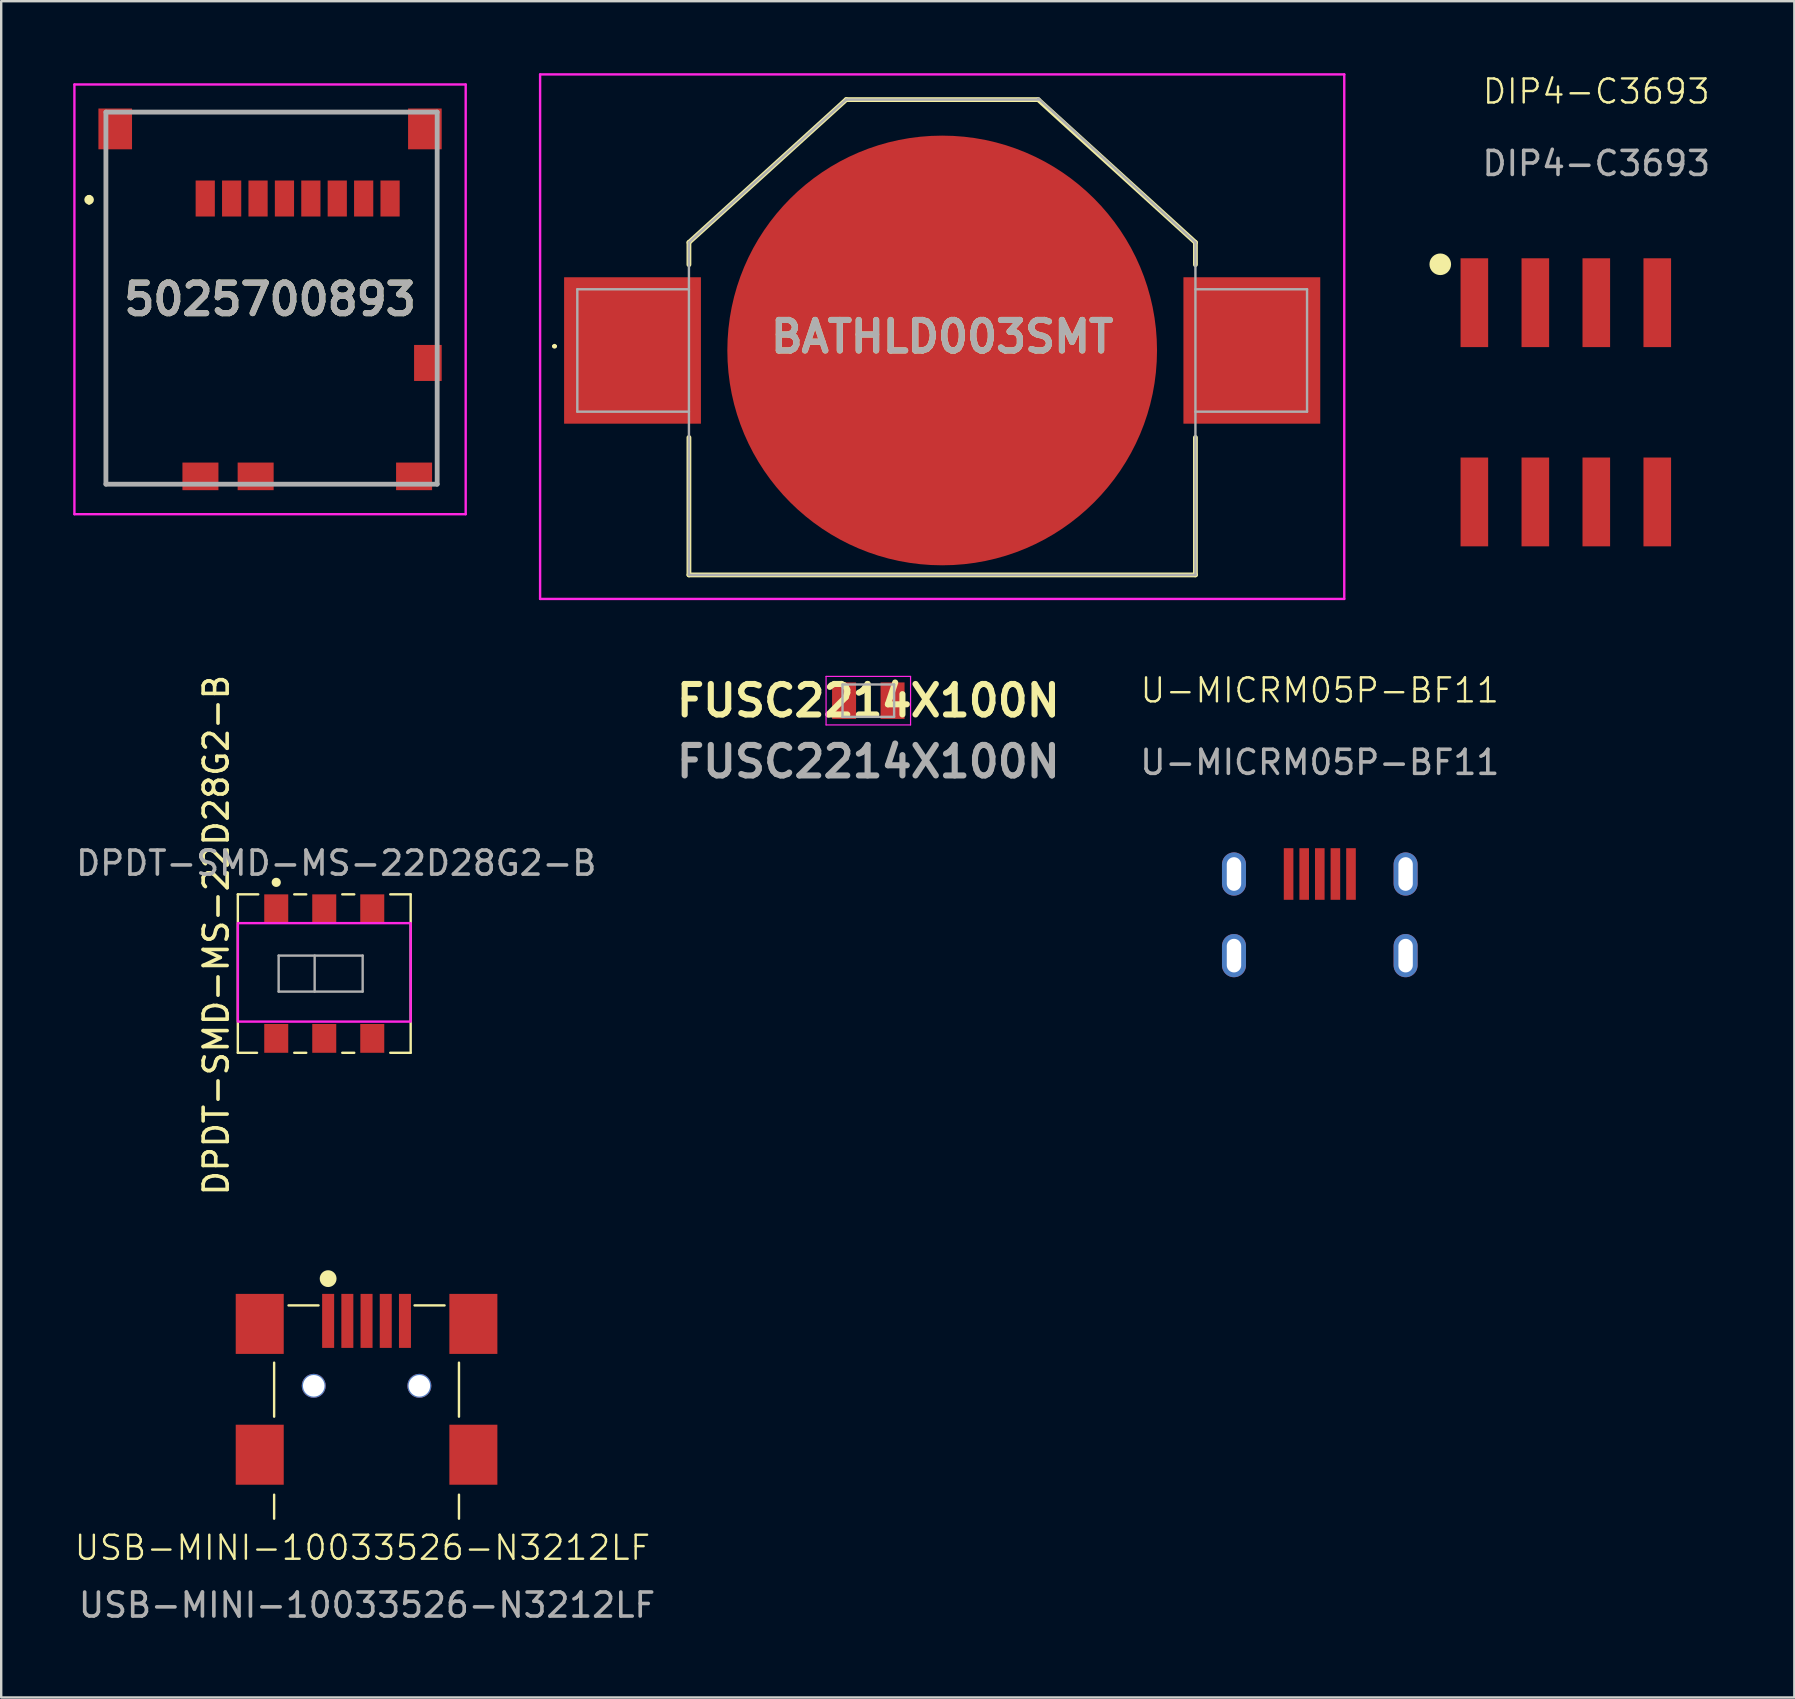
<source format=kicad_pcb>
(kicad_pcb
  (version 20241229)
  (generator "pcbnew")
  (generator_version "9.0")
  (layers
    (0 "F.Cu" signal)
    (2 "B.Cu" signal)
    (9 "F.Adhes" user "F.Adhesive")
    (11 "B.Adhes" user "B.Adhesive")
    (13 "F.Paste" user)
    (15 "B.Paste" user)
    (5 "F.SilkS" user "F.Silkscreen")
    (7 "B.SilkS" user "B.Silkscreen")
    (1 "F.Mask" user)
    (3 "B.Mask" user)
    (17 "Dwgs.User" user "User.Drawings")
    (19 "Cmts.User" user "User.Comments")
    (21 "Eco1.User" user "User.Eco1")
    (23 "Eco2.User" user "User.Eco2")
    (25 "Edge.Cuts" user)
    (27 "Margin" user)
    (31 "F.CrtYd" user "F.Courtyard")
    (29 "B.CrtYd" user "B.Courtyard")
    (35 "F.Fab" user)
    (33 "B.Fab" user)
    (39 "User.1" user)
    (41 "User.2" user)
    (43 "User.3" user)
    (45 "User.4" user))
  (footprint "FUSC2214X100N"
    (layer "F.Cu")
    (at 33.123 26.139)
    (property "Reference" "FUSC2214X100N" (at 0 0 0) (layer "F.SilkS") (effects (font (size 1.27 1.27) (thickness 0.254))))
    (attr smd)
    (fp_line (start 0 -0.575) (end 0 0.575) (stroke (width 0.2) (type solid)) (layer "F.SilkS"))
    (fp_line (start -1.76 -1.01) (end 1.76 -1.01) (stroke (width 0.05) (type solid)) (layer "F.CrtYd"))
    (fp_line (start -1.76 1.01) (end -1.76 -1.01) (stroke (width 0.05) (type solid)) (layer "F.CrtYd"))
    (fp_line (start 1.76 -1.01) (end 1.76 1.01) (stroke (width 0.05) (type solid)) (layer "F.CrtYd"))
    (fp_line (start 1.76 1.01) (end -1.76 1.01) (stroke (width 0.05) (type solid)) (layer "F.CrtYd"))
    (fp_line (start -1.075 -0.675) (end 1.075 -0.675) (stroke (width 0.1) (type solid)) (layer "F.Fab"))
    (fp_line (start -1.075 0.675) (end -1.075 -0.675) (stroke (width 0.1) (type solid)) (layer "F.Fab"))
    (fp_line (start 1.075 -0.675) (end 1.075 0.675) (stroke (width 0.1) (type solid)) (layer "F.Fab"))
    (fp_line (start 1.075 0.675) (end -1.075 0.675) (stroke (width 0.1) (type solid)) (layer "F.Fab"))
    (fp_text user "${REFERENCE}" (at 0 2.54 0) (layer "F.Fab") (effects (font (size 1.27 1.27) (thickness 0.254))))
    (pad "1" smd rect (at -1.01 0) (size 1 1.52) (layers "F.Cu" "F.Mask" "F.Paste"))
    (pad "2" smd rect (at 1.01 0) (size 1 1.52) (layers "F.Cu" "F.Mask" "F.Paste")))
  (footprint "DIP4-C3693"
    (layer "F.Cu")
    (at 63.45 1.26)
    (property "Reference" "DIP4-C3693" (at 0 -0.5 0) (unlocked yes) (layer "F.SilkS") (effects (font (size 1 1) (thickness 0.1))))
    (attr smd)
    (fp_circle (center -6.5 6.7) (end -6.1 6.7) (stroke (width 0.1) (type solid)) (fill yes) (layer "F.SilkS"))
    (fp_rect (start -7.4 9.2) (end 5.2 15.6) (stroke (width 0.1) (type default)) (fill no) (layer "User.1"))
    (fp_text user "${REFERENCE}" (at 0 2.5 0) (unlocked yes) (layer "F.Fab") (effects (font (size 1 1) (thickness 0.15))))
    (fp_text user "ON" (at -3.81 13.97 0) (unlocked yes) (layer "User.1") (effects (font (size 1 1) (thickness 0.15)) (justify left bottom)))
    (pad "1" smd rect (at -5.08 8.3) (size 1.15 3.7) (layers "F.Cu" "F.Mask" "F.Paste"))
    (pad "2" smd rect (at -2.54 8.3) (size 1.15 3.7) (layers "F.Cu" "F.Mask" "F.Paste"))
    (pad "3" smd rect (at 0 8.3) (size 1.15 3.7) (layers "F.Cu" "F.Mask" "F.Paste"))
    (pad "4" smd rect (at 2.54 8.3) (size 1.15 3.7) (layers "F.Cu" "F.Mask" "F.Paste"))
    (pad "5" smd rect (at -5.08 16.6) (size 1.15 3.7) (layers "F.Cu" "F.Mask" "F.Paste"))
    (pad "6" smd rect (at -2.54 16.6) (size 1.15 3.7) (layers "F.Cu" "F.Mask" "F.Paste"))
    (pad "7" smd rect (at 0 16.6) (size 1.15 3.7) (layers "F.Cu" "F.Mask" "F.Paste"))
    (pad "8" smd rect (at 2.54 16.6) (size 1.15 3.7) (layers "F.Cu" "F.Mask" "F.Paste")))
  (footprint "U-MICRM05P-BF11"
    (layer "F.Cu")
    (at 51.931 26.21)
    (property "Reference" "U-MICRM05P-BF11" (at 0 -0.5 0) (unlocked yes) (layer "F.SilkS") (effects (font (size 1 1) (thickness 0.1))))
    (attr smd)
    (fp_line (start -4 12.7) (end 4 12.7) (stroke (width 0.1) (type default)) (layer "User.1"))
    (fp_text user "${REFERENCE}" (at 0 2.5 0) (unlocked yes) (layer "F.Fab") (effects (font (size 1 1) (thickness 0.15))))
    (fp_text user "PCB Edge" (at -3.175 15.24 0) (unlocked yes) (layer "User.1") (effects (font (size 1 1) (thickness 0.15)) (justify left bottom)))
    (pad "1" smd rect (at -1.3 7.15) (size 0.4 2.15) (layers "F.Cu" "F.Mask" "F.Paste"))
    (pad "2" smd rect (at -0.65 7.15) (size 0.4 2.15) (layers "F.Cu" "F.Mask" "F.Paste"))
    (pad "3" smd rect (at 0 7.15) (size 0.4 2.15) (layers "F.Cu" "F.Mask" "F.Paste"))
    (pad "4" smd rect (at 0.65 7.15) (size 0.4 2.15) (layers "F.Cu" "F.Mask" "F.Paste"))
    (pad "5" smd rect (at 1.3 7.15) (size 0.4 2.15) (layers "F.Cu" "F.Mask" "F.Paste"))
    (pad "6" thru_hole oval (at -3.575 7.15 180) (size 1 1.8) (drill oval 0.6 1.4) (layers "*.Cu" "*.Mask"))
    (pad "6" thru_hole oval (at -3.575 10.55 180) (size 1 1.8) (drill oval 0.6 1.4) (layers "*.Cu" "*.Mask"))
    (pad "6" thru_hole oval (at 3.575 7.15 180) (size 1 1.8) (drill oval 0.6 1.4) (layers "*.Cu" "*.Mask"))
    (pad "6" thru_hole oval (at 3.575 10.55 180) (size 1 1.8) (drill oval 0.6 1.4) (layers "*.Cu" "*.Mask")))
  (footprint "DPDT-SMD-MS-22D28G2-B"
    (layer "F.Cu")
    (at 7.958 34.208)
    (property "Reference" "DPDT-SMD-MS-22D28G2-B" (at -2 1.7 90) (layer "F.SilkS") (effects (font (size 1 1) (thickness 0.15))))
    (attr smd)
    (fp_line (start -1.1 0) (end -0.25 0) (stroke (width 0.1) (type default)) (layer "F.SilkS"))
    (fp_line (start -1.1 6.6) (end -1.1 0) (stroke (width 0.1) (type default)) (layer "F.SilkS"))
    (fp_line (start -1.1 6.6) (end -0.3 6.6) (stroke (width 0.1) (type default)) (layer "F.SilkS"))
    (fp_line (start 1.25 0) (end 1.75 0) (stroke (width 0.1) (type default)) (layer "F.SilkS"))
    (fp_line (start 1.25 6.6) (end 1.75 6.6) (stroke (width 0.1) (type default)) (layer "F.SilkS"))
    (fp_line (start 3.25 0) (end 3.75 0) (stroke (width 0.1) (type default)) (layer "F.SilkS"))
    (fp_line (start 3.25 6.6) (end 3.75 6.6) (stroke (width 0.1) (type default)) (layer "F.SilkS"))
    (fp_line (start 5.25 0) (end 6.1 0) (stroke (width 0.1) (type default)) (layer "F.SilkS"))
    (fp_line (start 5.25 6.6) (end 6.1 6.6) (stroke (width 0.1) (type default)) (layer "F.SilkS"))
    (fp_line (start 6.1 0) (end 6.1 6.6) (stroke (width 0.1) (type default)) (layer "F.SilkS"))
    (fp_circle (center 0.5 -0.5) (end 0.641 -0.5) (stroke (width 0.1) (type solid)) (fill yes) (layer "F.SilkS"))
    (fp_rect (start -1.1 1.2) (end 6.1 5.3) (stroke (width 0.1) (type default)) (fill no) (layer "F.CrtYd"))
    (fp_line (start 0.6 2.55) (end 0.6 4.05) (stroke (width 0.1) (type solid)) (layer "F.Fab"))
    (fp_line (start 0.6 2.55) (end 4.1 2.55) (stroke (width 0.1) (type solid)) (layer "F.Fab"))
    (fp_line (start 2.1 2.55) (end 2.1 4.05) (stroke (width 0.1) (type solid)) (layer "F.Fab"))
    (fp_line (start 4.1 2.55) (end 4.1 4.05) (stroke (width 0.1) (type solid)) (layer "F.Fab"))
    (fp_line (start 4.1 4.05) (end 0.6 4.05) (stroke (width 0.1) (type solid)) (layer "F.Fab"))
    (fp_text user "${REFERENCE}" (at 3 -1.3 180) (layer "F.Fab") (effects (font (size 1 1) (thickness 0.15))))
    (pad "1" smd rect (at 0.5 0.6) (size 1 1.2) (layers "F.Cu" "F.Mask" "F.Paste"))
    (pad "2" smd rect (at 2.5 0.6) (size 1 1.2) (layers "F.Cu" "F.Mask" "F.Paste"))
    (pad "3" smd rect (at 4.5 0.6) (size 1 1.2) (layers "F.Cu" "F.Mask" "F.Paste"))
    (pad "4" smd rect (at 0.5 6) (size 1 1.2) (layers "F.Cu" "F.Mask" "F.Paste"))
    (pad "5" smd rect (at 2.5 6) (size 1 1.2) (layers "F.Cu" "F.Mask" "F.Paste"))
    (pad "6" smd rect (at 4.5 6) (size 1 1.2) (layers "F.Cu" "F.Mask" "F.Paste")))
  (footprint "USB-MINI-10033526-N3212LF"
    (layer "F.Cu")
    (at 12.22 55.717)
    (property "Reference" "USB-MINI-10033526-N3212LF" (at -0.17 5.71 0) (unlocked yes) (layer "F.SilkS") (effects (font (size 1 1) (thickness 0.1))))
    (attr smd)
    (fp_line (start -3.85 -2) (end -3.85 0.25) (stroke (width 0.1) (type default)) (layer "F.SilkS"))
    (fp_line (start -3.85 3.5) (end -3.85 4.5) (stroke (width 0.1) (type default)) (layer "F.SilkS"))
    (fp_line (start -3.25 -4.385) (end -2 -4.385) (stroke (width 0.1) (type default)) (layer "F.SilkS"))
    (fp_line (start 2 -4.385) (end 3.25 -4.385) (stroke (width 0.1) (type default)) (layer "F.SilkS"))
    (fp_line (start 3.85 -2) (end 3.85 0.25) (stroke (width 0.1) (type default)) (layer "F.SilkS"))
    (fp_line (start 3.85 3.5) (end 3.85 4.5) (stroke (width 0.1) (type default)) (layer "F.SilkS"))
    (fp_circle (center -1.6 -5.5) (end -1.3 -5.5) (stroke (width 0.1) (type solid)) (fill yes) (layer "F.SilkS"))
    (fp_line (start -3.75 4.75) (end 3.75 4.75) (stroke (width 0.1) (type default)) (layer "User.1"))
    (fp_text user "${REFERENCE}" (at 0.02 8.1 0) (unlocked yes) (layer "F.Fab") (effects (font (size 1 1) (thickness 0.15))))
    (pad "" np_thru_hole circle (at -2.2 -1.035) (size 1 1) (drill 0.9) (layers "*.Cu" "*.Mask"))
    (pad "" np_thru_hole circle (at 2.2 -1.035) (size 1 1) (drill 0.9) (layers "*.Cu" "*.Mask"))
    (pad "1" smd rect (at -1.6 -3.74) (size 0.5 2.25) (layers "F.Cu" "F.Mask" "F.Paste"))
    (pad "2" smd rect (at -0.8 -3.74) (size 0.5 2.25) (layers "F.Cu" "F.Mask" "F.Paste"))
    (pad "3" smd rect (at 0 -3.74) (size 0.5 2.25) (layers "F.Cu" "F.Mask" "F.Paste"))
    (pad "4" smd rect (at 0.8 -3.74) (size 0.5 2.25) (layers "F.Cu" "F.Mask" "F.Paste"))
    (pad "5" smd rect (at 1.6 -3.74) (size 0.5 2.25) (layers "F.Cu" "F.Mask" "F.Paste"))
    (pad "6" smd rect (at -4.45 -3.615) (size 2 2.5) (layers "F.Cu" "F.Mask" "F.Paste"))
    (pad "6" smd rect (at -4.45 1.835) (size 2 2.5) (layers "F.Cu" "F.Mask" "F.Paste"))
    (pad "6" smd rect (at 4.45 -3.615) (size 2 2.5) (layers "F.Cu" "F.Mask" "F.Paste"))
    (pad "6" smd rect (at 4.45 1.835) (size 2 2.5) (layers "F.Cu" "F.Mask" "F.Paste")))
  (footprint "BATHLD003SMT"
    (layer "F.Cu")
    (at 36.2 11.55)
    (property "Reference" "BATHLD003SMT" (at 0 -0.575 0) (layer "F.SilkS") (effects (font (size 1.27 1.27) (thickness 0.254))))
    (attr smd)
    (fp_line (start -16.2 -0.175) (end -16.2 -0.175) (stroke (width 0.1) (type solid)) (layer "F.SilkS"))
    (fp_line (start -16.1 -0.175) (end -16.1 -0.175) (stroke (width 0.1) (type solid)) (layer "F.SilkS"))
    (fp_line (start -10.55 -4.5) (end -4 -10.45) (stroke (width 0.2) (type solid)) (layer "F.SilkS"))
    (fp_line (start -10.55 -3.575) (end -10.55 -4.5) (stroke (width 0.2) (type solid)) (layer "F.SilkS"))
    (fp_line (start -10.55 9.35) (end -10.55 3.625) (stroke (width 0.2) (type solid)) (layer "F.SilkS"))
    (fp_line (start -4 -10.45) (end 4 -10.45) (stroke (width 0.2) (type solid)) (layer "F.SilkS"))
    (fp_line (start 4 -10.45) (end 10.55 -4.5) (stroke (width 0.2) (type solid)) (layer "F.SilkS"))
    (fp_line (start 10.55 -4.5) (end 10.55 -3.575) (stroke (width 0.2) (type solid)) (layer "F.SilkS"))
    (fp_line (start 10.55 3.625) (end 10.55 9.35) (stroke (width 0.2) (type solid)) (layer "F.SilkS"))
    (fp_line (start 10.55 9.35) (end -10.55 9.35) (stroke (width 0.2) (type solid)) (layer "F.SilkS"))
    (fp_arc (start -16.2 -0.175) (mid -16.15 -0.225) (end -16.1 -0.175) (stroke (width 0.1) (type solid)) (layer "F.SilkS"))
    (fp_arc (start -16.1 -0.175) (mid -16.15 -0.125) (end -16.2 -0.175) (stroke (width 0.1) (type solid)) (layer "F.SilkS"))
    (fp_line (start -16.75 -11.5) (end 16.75 -11.5) (stroke (width 0.1) (type solid)) (layer "F.CrtYd"))
    (fp_line (start -16.75 10.35) (end -16.75 -11.5) (stroke (width 0.1) (type solid)) (layer "F.CrtYd"))
    (fp_line (start 16.75 -11.5) (end 16.75 10.35) (stroke (width 0.1) (type solid)) (layer "F.CrtYd"))
    (fp_line (start 16.75 10.35) (end -16.75 10.35) (stroke (width 0.1) (type solid)) (layer "F.CrtYd"))
    (fp_line (start -15.2 -2.55) (end -15.2 2.55) (stroke (width 0.1) (type solid)) (layer "F.Fab"))
    (fp_line (start -15.2 2.55) (end -10.55 2.55) (stroke (width 0.1) (type solid)) (layer "F.Fab"))
    (fp_line (start -10.55 -4.5) (end -10.55 9.35) (stroke (width 0.1) (type solid)) (layer "F.Fab"))
    (fp_line (start -10.55 -2.55) (end -15.2 -2.55) (stroke (width 0.1) (type solid)) (layer "F.Fab"))
    (fp_line (start -10.55 9.35) (end 10.55 9.35) (stroke (width 0.1) (type solid)) (layer "F.Fab"))
    (fp_line (start -4 -10.45) (end -10.55 -4.5) (stroke (width 0.1) (type solid)) (layer "F.Fab"))
    (fp_line (start 4 -10.45) (end -4 -10.45) (stroke (width 0.1) (type solid)) (layer "F.Fab"))
    (fp_line (start 10.55 -4.5) (end 4 -10.5) (stroke (width 0.1) (type solid)) (layer "F.Fab"))
    (fp_line (start 10.55 -2.55) (end 15.2 -2.55) (stroke (width 0.1) (type solid)) (layer "F.Fab"))
    (fp_line (start 10.55 9.35) (end 10.55 -4.5) (stroke (width 0.1) (type solid)) (layer "F.Fab"))
    (fp_line (start 15.2 -2.55) (end 15.2 2.55) (stroke (width 0.1) (type solid)) (layer "F.Fab"))
    (fp_line (start 15.2 2.55) (end 10.55 2.55) (stroke (width 0.1) (type solid)) (layer "F.Fab"))
    (fp_text user "${REFERENCE}" (at 0 -0.575 0) (layer "F.Fab") (effects (font (size 1.27 1.27) (thickness 0.254))))
    (pad "1" smd rect (at -12.9 0) (size 5.7 6.1) (layers "F.Cu" "F.Mask" "F.Paste"))
    (pad "2" smd rect (at 12.9 0) (size 5.7 6.1) (layers "F.Cu" "F.Mask" "F.Paste"))
    (pad "3" smd circle (at 0 0 90) (size 17.9 17.9) (layers "F.Cu" "F.Mask" "F.Paste")))
  (footprint "5025700893"
    (layer "F.Cu")
    (at 8.262 9.37)
    (property "Reference" "5025700893" (at -0.062 0.05 0) (layer "F.SilkS") (effects (font (size 1.27 1.27) (thickness 0.254))))
    (attr smd)
    (fp_line (start -7.6 -4.2) (end -7.6 -4.2) (stroke (width 0.2) (type solid)) (layer "F.SilkS"))
    (fp_line (start -7.6 -4) (end -7.6 -4) (stroke (width 0.2) (type solid)) (layer "F.SilkS"))
    (fp_line (start -6.9 -5.8) (end -6.9 7.75) (stroke (width 0.1) (type solid)) (layer "F.SilkS"))
    (fp_line (start -6.9 7.75) (end -4.2 7.75) (stroke (width 0.1) (type solid)) (layer "F.SilkS"))
    (fp_line (start -5.4 -7.75) (end 5.4 -7.75) (stroke (width 0.1) (type solid)) (layer "F.SilkS"))
    (fp_line (start 0.537 7.75) (end 4.8 7.75) (stroke (width 0.1) (type solid)) (layer "F.SilkS"))
    (fp_line (start 6.9 -5.8) (end 6.9 1.6) (stroke (width 0.1) (type solid)) (layer "F.SilkS"))
    (fp_line (start 6.9 3.8) (end 6.9 6.4) (stroke (width 0.1) (type solid)) (layer "F.SilkS"))
    (fp_arc (start -7.6 -4.2) (mid -7.5 -4.1) (end -7.6 -4) (stroke (width 0.2) (type solid)) (layer "F.SilkS"))
    (fp_arc (start -7.6 -4) (mid -7.7 -4.1) (end -7.6 -4.2) (stroke (width 0.2) (type solid)) (layer "F.SilkS"))
    (fp_line (start -8.212 -8.9) (end 8.088 -8.9) (stroke (width 0.1) (type solid)) (layer "F.CrtYd"))
    (fp_line (start -8.212 9) (end -8.212 -8.9) (stroke (width 0.1) (type solid)) (layer "F.CrtYd"))
    (fp_line (start 8.088 -8.9) (end 8.088 9) (stroke (width 0.1) (type solid)) (layer "F.CrtYd"))
    (fp_line (start 8.088 9) (end -8.212 9) (stroke (width 0.1) (type solid)) (layer "F.CrtYd"))
    (fp_line (start -6.9 -7.75) (end 6.9 -7.75) (stroke (width 0.2) (type solid)) (layer "F.Fab"))
    (fp_line (start -6.9 7.75) (end -6.9 -7.75) (stroke (width 0.2) (type solid)) (layer "F.Fab"))
    (fp_line (start 6.9 -7.75) (end 6.9 7.75) (stroke (width 0.2) (type solid)) (layer "F.Fab"))
    (fp_line (start 6.9 7.75) (end -6.9 7.75) (stroke (width 0.2) (type solid)) (layer "F.Fab"))
    (fp_text user "${REFERENCE}" (at -0.062 0.05 0) (layer "F.Fab") (effects (font (size 1.27 1.27) (thickness 0.254))))
    (fp_text user "Card in" (at -2.33 -8.07 0) (unlocked yes) (layer "User.1") (effects (font (size 1 1) (thickness 0.1)) (justify left bottom)))
    (pad "1" smd rect (at -2.762 -4.15) (size 0.8 1.5) (layers "F.Cu" "F.Mask" "F.Paste"))
    (pad "2" smd rect (at -1.662 -4.15) (size 0.8 1.5) (layers "F.Cu" "F.Mask" "F.Paste"))
    (pad "3" smd rect (at -0.562 -4.15) (size 0.8 1.5) (layers "F.Cu" "F.Mask" "F.Paste"))
    (pad "4" smd rect (at 0.538 -4.15) (size 0.8 1.5) (layers "F.Cu" "F.Mask" "F.Paste"))
    (pad "5" smd rect (at 1.638 -4.15) (size 0.8 1.5) (layers "F.Cu" "F.Mask" "F.Paste"))
    (pad "6" smd rect (at 2.738 -4.15) (size 0.8 1.5) (layers "F.Cu" "F.Mask" "F.Paste"))
    (pad "6" smd rect (at 6.513 2.7) (size 1.15 1.5) (layers "F.Cu" "F.Mask" "F.Paste"))
    (pad "7" smd rect (at 3.838 -4.15) (size 0.8 1.5) (layers "F.Cu" "F.Mask" "F.Paste"))
    (pad "8" smd rect (at 4.938 -4.15) (size 0.8 1.5) (layers "F.Cu" "F.Mask" "F.Paste"))
    (pad "9" smd rect (at -0.662 7.425 90) (size 1.15 1.5) (layers "F.Cu" "F.Mask" "F.Paste"))
    (pad "10" smd rect (at -6.512 -7.05) (size 1.4 1.7) (layers "F.Cu" "F.Mask" "F.Paste"))
    (pad "10" smd rect (at -2.962 7.425 90) (size 1.15 1.5) (layers "F.Cu" "F.Mask" "F.Paste"))
    (pad "10" smd rect (at 5.938 7.425 90) (size 1.15 1.5) (layers "F.Cu" "F.Mask" "F.Paste"))
    (pad "10" smd rect (at 6.388 -7.05) (size 1.4 1.7) (layers "F.Cu" "F.Mask" "F.Paste")))
  (gr_rect
    (start -3 -3)
    (end 71.7 67.665)
    (stroke (width 0.1) (type default))
    (fill no)
    (layer "Edge.Cuts")))
</source>
